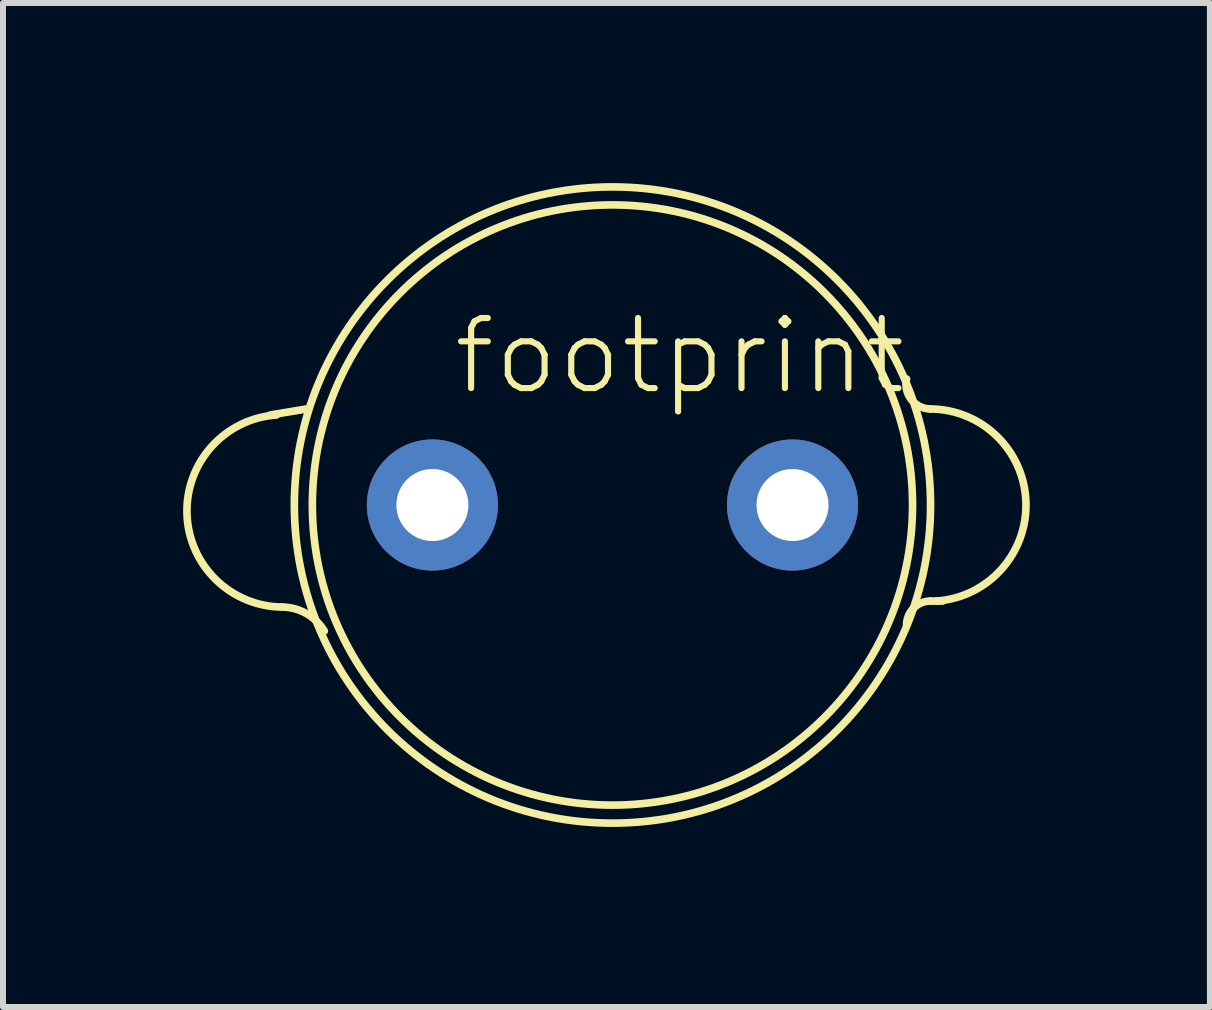
<source format=kicad_pcb>
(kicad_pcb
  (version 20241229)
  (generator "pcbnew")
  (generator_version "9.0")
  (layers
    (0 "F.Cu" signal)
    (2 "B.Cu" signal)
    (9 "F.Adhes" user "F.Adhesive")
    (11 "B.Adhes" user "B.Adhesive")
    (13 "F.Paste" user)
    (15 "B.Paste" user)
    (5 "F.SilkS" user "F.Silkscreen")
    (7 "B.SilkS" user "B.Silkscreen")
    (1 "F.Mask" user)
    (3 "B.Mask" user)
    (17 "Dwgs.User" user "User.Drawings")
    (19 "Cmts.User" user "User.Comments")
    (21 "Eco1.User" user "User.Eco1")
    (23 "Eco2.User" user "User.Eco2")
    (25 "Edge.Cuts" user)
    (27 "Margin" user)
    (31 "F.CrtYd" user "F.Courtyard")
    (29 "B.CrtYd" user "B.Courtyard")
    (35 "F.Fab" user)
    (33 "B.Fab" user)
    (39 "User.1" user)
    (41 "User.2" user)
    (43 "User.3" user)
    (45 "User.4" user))
  (footprint "footprint"
    (layer "F.Cu")
    (at 7.154 5.364)
    (property "Reference" "footprint" (at -2.7 -1.8 0) (layer "F.SilkS") (effects (font (size 1.168 1.168) (thickness 0.102)) (justify left bottom)))
    (fp_line (start -5.1 -1.6) (end -5.7 -1.5) (stroke (width 0.127) (type solid)) (layer "F.SilkS"))
    (fp_line (start 5.5 1.6) (end 5.3 1.6) (stroke (width 0.127) (type solid)) (layer "F.SilkS"))
    (fp_arc (start -5.5 1.7) (mid -7.089585 0.148112) (end -5.6 -1.5) (stroke (width 0.127) (type solid)) (layer "F.SilkS"))
    (fp_arc (start -5.5 1.7) (mid -5.098074 1.809129) (end -4.8 2.1) (stroke (width 0.127) (type solid)) (layer "F.SilkS"))
    (fp_arc (start 4.9 2) (mid 5.017157 1.717157) (end 5.3 1.6) (stroke (width 0.127) (type solid)) (layer "F.SilkS"))
    (fp_arc (start 5.3 -1.600002) (mid 6.889586 -0.048113) (end 5.4 1.6) (stroke (width 0.127) (type solid)) (layer "F.SilkS"))
    (fp_arc (start 5.3 -1.6) (mid 4.980962 -1.754768) (end 4.9 -2.099998) (stroke (width 0.127) (type solid)) (layer "F.SilkS"))
    (fp_circle (center 0 0) (end 5 0) (stroke (width 0.127) (type solid)) (fill no) (layer "F.SilkS"))
    (fp_circle (center 0 0) (end 5.3 0) (stroke (width 0.127) (type solid)) (fill no) (layer "F.SilkS"))
    (pad "1" thru_hole circle (at -3 0) (size 2.184 2.184) (drill 1.2) (layers "*.Cu" "*.Mask"))
    (pad "2" thru_hole circle (at 3 0) (size 2.184 2.184) (drill 1.2) (layers "*.Cu" "*.Mask")))
  (gr_rect
    (start -3 -3)
    (end 17.108 13.727)
    (stroke (width 0.1) (type default))
    (fill no)
    (layer "Edge.Cuts")))
</source>
